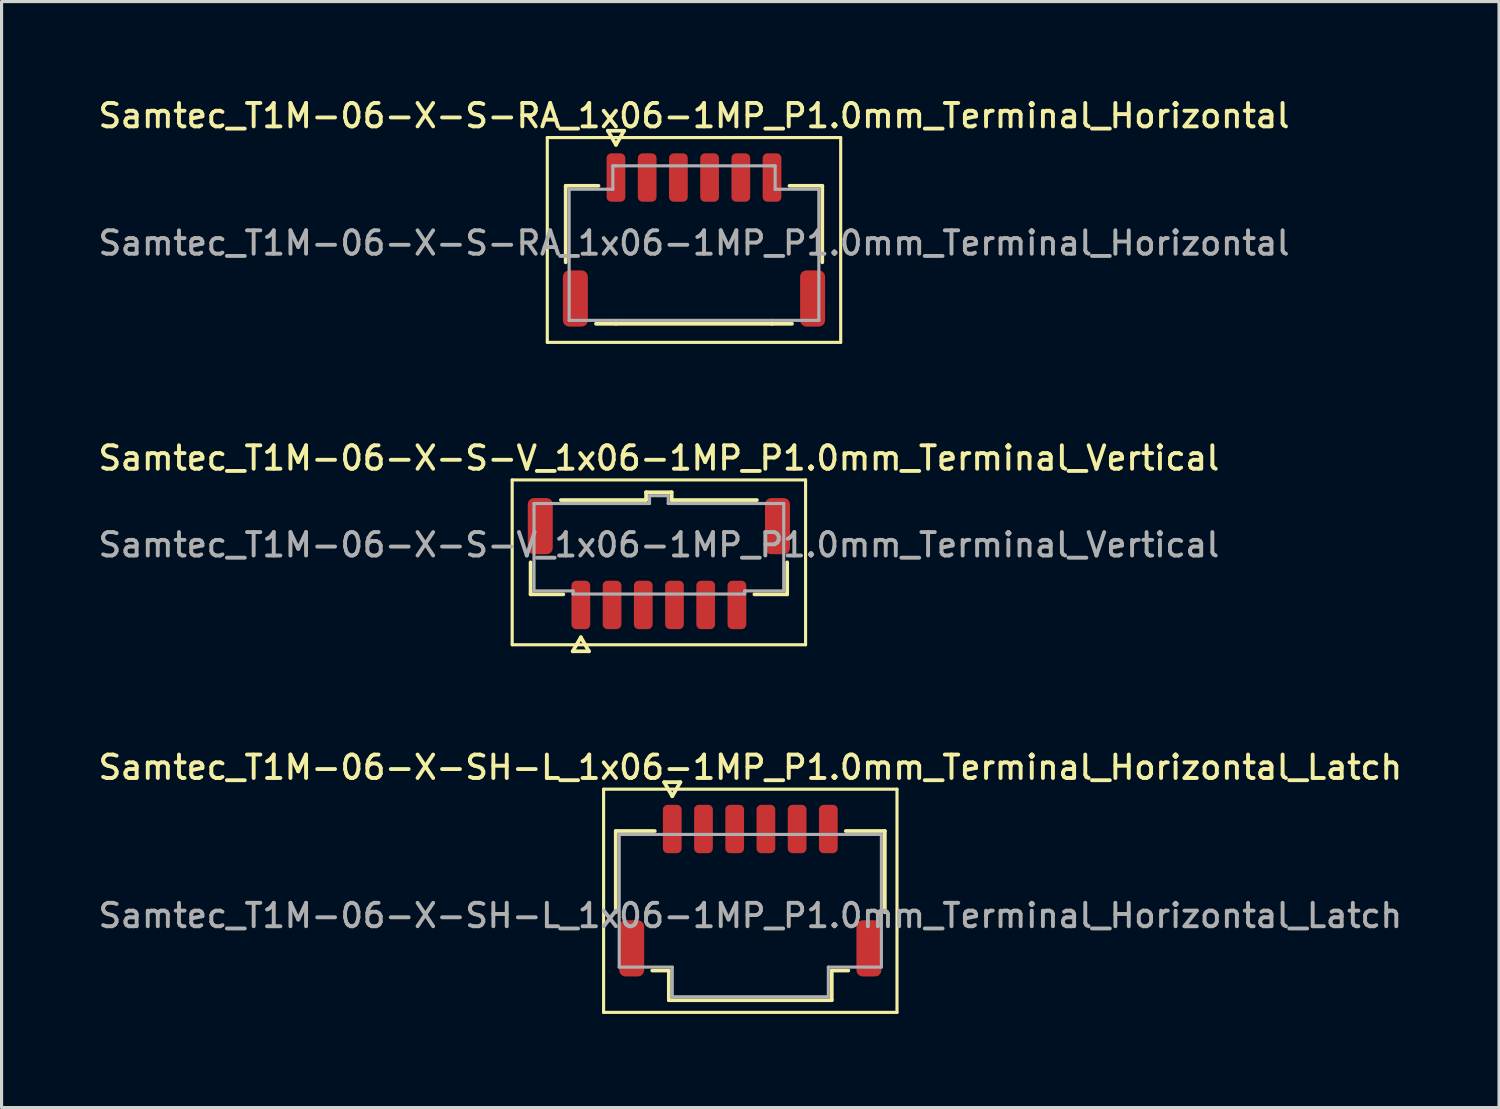
<source format=kicad_pcb>
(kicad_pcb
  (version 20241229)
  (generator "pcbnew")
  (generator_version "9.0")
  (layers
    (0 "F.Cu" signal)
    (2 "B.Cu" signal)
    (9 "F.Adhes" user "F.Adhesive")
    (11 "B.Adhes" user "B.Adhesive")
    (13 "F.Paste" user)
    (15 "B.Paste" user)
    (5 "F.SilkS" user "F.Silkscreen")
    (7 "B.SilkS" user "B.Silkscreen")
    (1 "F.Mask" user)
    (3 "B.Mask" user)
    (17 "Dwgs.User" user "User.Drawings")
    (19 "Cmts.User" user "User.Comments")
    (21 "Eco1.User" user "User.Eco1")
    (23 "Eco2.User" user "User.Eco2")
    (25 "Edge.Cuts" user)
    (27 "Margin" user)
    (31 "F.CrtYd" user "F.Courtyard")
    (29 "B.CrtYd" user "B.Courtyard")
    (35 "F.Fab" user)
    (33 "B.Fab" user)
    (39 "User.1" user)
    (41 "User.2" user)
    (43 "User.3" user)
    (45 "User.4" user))
  (footprint "Samtec_T1M-06-X-S-V_1x06-1MP_P1.0mm_Terminal_Vertical"
    (layer "F.Cu")
    (at 18.059 14.406)
    (property "Reference" "Samtec_T1M-06-X-S-V_1x06-1MP_P1.0mm_Terminal_Vertical" (at 0 -2.78 0) (layer "F.SilkS") (effects (font (size 0.75 0.75) (thickness 0.125))))
    (attr smd)
    (fp_line (start -4.7 -2.08) (end -4.7 3.2) (stroke (width 0.1) (type solid)) (layer "F.SilkS"))
    (fp_line (start -4.7 3.2) (end 4.7 3.2) (stroke (width 0.1) (type solid)) (layer "F.SilkS"))
    (fp_line (start -4.11 1.585) (end -4.11 0.56) (stroke (width 0.12) (type solid)) (layer "F.SilkS"))
    (fp_line (start -3.14 -1.435) (end -0.41 -1.435) (stroke (width 0.12) (type solid)) (layer "F.SilkS"))
    (fp_line (start -3.06 1.585) (end -4.11 1.585) (stroke (width 0.12) (type solid)) (layer "F.SilkS"))
    (fp_line (start -2.76 3.41) (end -2.5 2.96) (stroke (width 0.12) (type solid)) (layer "F.SilkS"))
    (fp_line (start -2.5 2.96) (end -2.24 3.41) (stroke (width 0.12) (type solid)) (layer "F.SilkS"))
    (fp_line (start -2.24 3.41) (end -2.76 3.41) (stroke (width 0.12) (type solid)) (layer "F.SilkS"))
    (fp_line (start -0.41 -1.685) (end 0.41 -1.685) (stroke (width 0.12) (type solid)) (layer "F.SilkS"))
    (fp_line (start -0.41 -1.435) (end -0.41 -1.685) (stroke (width 0.12) (type solid)) (layer "F.SilkS"))
    (fp_line (start 0.41 -1.685) (end 0.41 -1.435) (stroke (width 0.12) (type solid)) (layer "F.SilkS"))
    (fp_line (start 0.41 -1.435) (end 3.14 -1.435) (stroke (width 0.12) (type solid)) (layer "F.SilkS"))
    (fp_line (start 4.11 0.56) (end 4.11 1.585) (stroke (width 0.12) (type solid)) (layer "F.SilkS"))
    (fp_line (start 4.11 1.585) (end 3.06 1.585) (stroke (width 0.12) (type solid)) (layer "F.SilkS"))
    (fp_line (start 4.7 -2.08) (end -4.7 -2.08) (stroke (width 0.1) (type solid)) (layer "F.SilkS"))
    (fp_line (start 4.7 3.2) (end 4.7 -2.08) (stroke (width 0.1) (type solid)) (layer "F.SilkS"))
    (fp_line (start -4 -1.325) (end -0.3 -1.325) (stroke (width 0.1) (type solid)) (layer "F.Fab"))
    (fp_line (start -4 1.475) (end -4 -1.325) (stroke (width 0.1) (type solid)) (layer "F.Fab"))
    (fp_line (start -2.75 1.475) (end -4 1.475) (stroke (width 0.1) (type solid)) (layer "F.Fab"))
    (fp_line (start -2.75 1.575) (end -2.75 1.475) (stroke (width 0.1) (type solid)) (layer "F.Fab"))
    (fp_line (start -0.3 -1.575) (end 0.3 -1.575) (stroke (width 0.1) (type solid)) (layer "F.Fab"))
    (fp_line (start -0.3 -1.325) (end -0.3 -1.575) (stroke (width 0.1) (type solid)) (layer "F.Fab"))
    (fp_line (start 0.3 -1.575) (end 0.3 -1.325) (stroke (width 0.1) (type solid)) (layer "F.Fab"))
    (fp_line (start 0.3 -1.325) (end 4 -1.325) (stroke (width 0.1) (type solid)) (layer "F.Fab"))
    (fp_line (start 2.75 1.475) (end 2.75 1.575) (stroke (width 0.1) (type solid)) (layer "F.Fab"))
    (fp_line (start 2.75 1.575) (end -2.75 1.575) (stroke (width 0.1) (type solid)) (layer "F.Fab"))
    (fp_line (start 4 -1.325) (end 4 1.475) (stroke (width 0.1) (type solid)) (layer "F.Fab"))
    (fp_line (start 4 1.475) (end 2.75 1.475) (stroke (width 0.1) (type solid)) (layer "F.Fab"))
    (fp_text user "${REFERENCE}" (at 0 0 0) (layer "F.Fab") (effects (font (size 0.75 0.75) (thickness 0.125))))
    (pad "1" smd roundrect (at -2.5 1.925) (size 0.6 1.55) (layers "F.Cu" "F.Mask" "F.Paste") (roundrect_rratio 0.25))
    (pad "2" smd roundrect (at -1.5 1.925) (size 0.6 1.55) (layers "F.Cu" "F.Mask" "F.Paste") (roundrect_rratio 0.25))
    (pad "3" smd roundrect (at -0.5 1.925) (size 0.6 1.55) (layers "F.Cu" "F.Mask" "F.Paste") (roundrect_rratio 0.25))
    (pad "4" smd roundrect (at 0.5 1.925) (size 0.6 1.55) (layers "F.Cu" "F.Mask" "F.Paste") (roundrect_rratio 0.25))
    (pad "5" smd roundrect (at 1.5 1.925) (size 0.6 1.55) (layers "F.Cu" "F.Mask" "F.Paste") (roundrect_rratio 0.25))
    (pad "6" smd roundrect (at 2.5 1.925) (size 0.6 1.55) (layers "F.Cu" "F.Mask" "F.Paste") (roundrect_rratio 0.25))
    (pad "MP" smd roundrect (at -3.8 -0.6) (size 0.8 1.8) (layers "F.Cu" "F.Mask" "F.Paste") (roundrect_rratio 0.25))
    (pad "MP" smd roundrect (at 3.8 -0.6) (size 0.8 1.8) (layers "F.Cu" "F.Mask" "F.Paste") (roundrect_rratio 0.25)))
  (footprint "Samtec_T1M-06-X-SH-L_1x06-1MP_P1.0mm_Terminal_Horizontal_Latch"
    (layer "F.Cu")
    (at 20.988 26.284)
    (property "Reference" "Samtec_T1M-06-X-SH-L_1x06-1MP_P1.0mm_Terminal_Horizontal_Latch" (at 0 -4.75 0) (layer "F.SilkS") (effects (font (size 0.75 0.75) (thickness 0.125))))
    (attr smd)
    (fp_line (start -4.7 -4.05) (end -4.7 3.1) (stroke (width 0.1) (type solid)) (layer "F.SilkS"))
    (fp_line (start -4.7 3.1) (end 4.7 3.1) (stroke (width 0.1) (type solid)) (layer "F.SilkS"))
    (fp_line (start -4.31 -2.71) (end -3.06 -2.71) (stroke (width 0.12) (type solid)) (layer "F.SilkS"))
    (fp_line (start -4.31 -0.11) (end -4.31 -2.71) (stroke (width 0.12) (type solid)) (layer "F.SilkS"))
    (fp_line (start -2.76 -4.275) (end -2.5 -3.825) (stroke (width 0.12) (type solid)) (layer "F.SilkS"))
    (fp_line (start -2.61 1.76) (end -3.14 1.76) (stroke (width 0.12) (type solid)) (layer "F.SilkS"))
    (fp_line (start -2.61 2.71) (end -2.61 1.76) (stroke (width 0.12) (type solid)) (layer "F.SilkS"))
    (fp_line (start -2.5 -3.825) (end -2.24 -4.275) (stroke (width 0.12) (type solid)) (layer "F.SilkS"))
    (fp_line (start -2.24 -4.275) (end -2.76 -4.275) (stroke (width 0.12) (type solid)) (layer "F.SilkS"))
    (fp_line (start 2.61 1.76) (end 2.61 2.71) (stroke (width 0.12) (type solid)) (layer "F.SilkS"))
    (fp_line (start 2.61 2.71) (end -2.61 2.71) (stroke (width 0.12) (type solid)) (layer "F.SilkS"))
    (fp_line (start 3.06 -2.71) (end 4.31 -2.71) (stroke (width 0.12) (type solid)) (layer "F.SilkS"))
    (fp_line (start 3.14 1.76) (end 2.61 1.76) (stroke (width 0.12) (type solid)) (layer "F.SilkS"))
    (fp_line (start 4.31 -2.71) (end 4.31 -0.11) (stroke (width 0.12) (type solid)) (layer "F.SilkS"))
    (fp_line (start 4.7 -4.05) (end -4.7 -4.05) (stroke (width 0.1) (type solid)) (layer "F.SilkS"))
    (fp_line (start 4.7 3.1) (end 4.7 -4.05) (stroke (width 0.1) (type solid)) (layer "F.SilkS"))
    (fp_line (start -4.2 -2.6) (end 4.2 -2.6) (stroke (width 0.1) (type solid)) (layer "F.Fab"))
    (fp_line (start -4.2 1.65) (end -4.2 -2.6) (stroke (width 0.1) (type solid)) (layer "F.Fab"))
    (fp_line (start -2.5 1.65) (end -4.2 1.65) (stroke (width 0.1) (type solid)) (layer "F.Fab"))
    (fp_line (start -2.5 2.6) (end -2.5 1.65) (stroke (width 0.1) (type solid)) (layer "F.Fab"))
    (fp_line (start 2.5 1.65) (end 2.5 2.6) (stroke (width 0.1) (type solid)) (layer "F.Fab"))
    (fp_line (start 2.5 2.6) (end -2.5 2.6) (stroke (width 0.1) (type solid)) (layer "F.Fab"))
    (fp_line (start 4.2 -2.6) (end 4.2 1.65) (stroke (width 0.1) (type solid)) (layer "F.Fab"))
    (fp_line (start 4.2 1.65) (end 2.5 1.65) (stroke (width 0.1) (type solid)) (layer "F.Fab"))
    (fp_text user "${REFERENCE}" (at 0 0 0) (layer "F.Fab") (effects (font (size 0.75 0.75) (thickness 0.125))))
    (pad "1" smd roundrect (at -2.5 -2.775) (size 0.6 1.55) (layers "F.Cu" "F.Mask" "F.Paste") (roundrect_rratio 0.25))
    (pad "2" smd roundrect (at -1.5 -2.775) (size 0.6 1.55) (layers "F.Cu" "F.Mask" "F.Paste") (roundrect_rratio 0.25))
    (pad "3" smd roundrect (at -0.5 -2.775) (size 0.6 1.55) (layers "F.Cu" "F.Mask" "F.Paste") (roundrect_rratio 0.25))
    (pad "4" smd roundrect (at 0.5 -2.775) (size 0.6 1.55) (layers "F.Cu" "F.Mask" "F.Paste") (roundrect_rratio 0.25))
    (pad "5" smd roundrect (at 1.5 -2.775) (size 0.6 1.55) (layers "F.Cu" "F.Mask" "F.Paste") (roundrect_rratio 0.25))
    (pad "6" smd roundrect (at 2.5 -2.775) (size 0.6 1.55) (layers "F.Cu" "F.Mask" "F.Paste") (roundrect_rratio 0.25))
    (pad "MP" smd roundrect (at -3.8 1.05) (size 0.8 1.8) (layers "F.Cu" "F.Mask" "F.Paste") (roundrect_rratio 0.25))
    (pad "MP" smd roundrect (at 3.8 1.05) (size 0.8 1.8) (layers "F.Cu" "F.Mask" "F.Paste") (roundrect_rratio 0.25)))
  (footprint "Samtec_T1M-06-X-S-RA_1x06-1MP_P1.0mm_Terminal_Horizontal"
    (layer "F.Cu")
    (at 19.184 4.738)
    (property "Reference" "Samtec_T1M-06-X-S-RA_1x06-1MP_P1.0mm_Terminal_Horizontal" (at 0 -4.08 0) (layer "F.SilkS") (effects (font (size 0.75 0.75) (thickness 0.125))))
    (attr smd)
    (fp_line (start -4.7 -3.38) (end -4.7 3.18) (stroke (width 0.1) (type solid)) (layer "F.SilkS"))
    (fp_line (start -4.7 3.18) (end 4.7 3.18) (stroke (width 0.1) (type solid)) (layer "F.SilkS"))
    (fp_line (start -4.11 -1.835) (end -3.06 -1.835) (stroke (width 0.12) (type solid)) (layer "F.SilkS"))
    (fp_line (start -4.11 0.615) (end -4.11 -1.835) (stroke (width 0.12) (type solid)) (layer "F.SilkS"))
    (fp_line (start -2.76 -3.6) (end -2.5 -3.15) (stroke (width 0.12) (type solid)) (layer "F.SilkS"))
    (fp_line (start -2.5 -3.15) (end -2.24 -3.6) (stroke (width 0.12) (type solid)) (layer "F.SilkS"))
    (fp_line (start -2.5 2.585) (end -3.14 2.585) (stroke (width 0.12) (type solid)) (layer "F.SilkS"))
    (fp_line (start -2.24 -3.6) (end -2.76 -3.6) (stroke (width 0.12) (type solid)) (layer "F.SilkS"))
    (fp_line (start 2.5 2.585) (end -2.5 2.585) (stroke (width 0.12) (type solid)) (layer "F.SilkS"))
    (fp_line (start 3.06 -1.835) (end 4.11 -1.835) (stroke (width 0.12) (type solid)) (layer "F.SilkS"))
    (fp_line (start 3.14 2.585) (end 2.5 2.585) (stroke (width 0.12) (type solid)) (layer "F.SilkS"))
    (fp_line (start 4.11 -1.835) (end 4.11 0.615) (stroke (width 0.12) (type solid)) (layer "F.SilkS"))
    (fp_line (start 4.7 -3.38) (end -4.7 -3.38) (stroke (width 0.1) (type solid)) (layer "F.SilkS"))
    (fp_line (start 4.7 3.18) (end 4.7 -3.38) (stroke (width 0.1) (type solid)) (layer "F.SilkS"))
    (fp_line (start -4 -1.725) (end -2.6 -1.725) (stroke (width 0.1) (type solid)) (layer "F.Fab"))
    (fp_line (start -4 2.475) (end -4 -1.725) (stroke (width 0.1) (type solid)) (layer "F.Fab"))
    (fp_line (start -2.6 -2.475) (end -2.5 -2.475) (stroke (width 0.1) (type solid)) (layer "F.Fab"))
    (fp_line (start -2.6 -1.725) (end -2.6 -2.475) (stroke (width 0.1) (type solid)) (layer "F.Fab"))
    (fp_line (start -2.5 -2.475) (end 2.5 -2.475) (stroke (width 0.1) (type solid)) (layer "F.Fab"))
    (fp_line (start -2.5 2.475) (end -4 2.475) (stroke (width 0.1) (type solid)) (layer "F.Fab"))
    (fp_line (start 2.5 -2.475) (end 2.6 -2.475) (stroke (width 0.1) (type solid)) (layer "F.Fab"))
    (fp_line (start 2.5 2.475) (end -2.5 2.475) (stroke (width 0.1) (type solid)) (layer "F.Fab"))
    (fp_line (start 2.6 -2.475) (end 2.6 -1.725) (stroke (width 0.1) (type solid)) (layer "F.Fab"))
    (fp_line (start 2.6 -1.725) (end 4 -1.725) (stroke (width 0.1) (type solid)) (layer "F.Fab"))
    (fp_line (start 4 -1.725) (end 4 2.475) (stroke (width 0.1) (type solid)) (layer "F.Fab"))
    (fp_line (start 4 2.475) (end 2.5 2.475) (stroke (width 0.1) (type solid)) (layer "F.Fab"))
    (fp_text user "${REFERENCE}" (at 0 0 0) (layer "F.Fab") (effects (font (size 0.75 0.75) (thickness 0.125))))
    (pad "1" smd roundrect (at -2.5 -2.1) (size 0.6 1.55) (layers "F.Cu" "F.Mask" "F.Paste") (roundrect_rratio 0.25))
    (pad "2" smd roundrect (at -1.5 -2.1) (size 0.6 1.55) (layers "F.Cu" "F.Mask" "F.Paste") (roundrect_rratio 0.25))
    (pad "3" smd roundrect (at -0.5 -2.1) (size 0.6 1.55) (layers "F.Cu" "F.Mask" "F.Paste") (roundrect_rratio 0.25))
    (pad "4" smd roundrect (at 0.5 -2.1) (size 0.6 1.55) (layers "F.Cu" "F.Mask" "F.Paste") (roundrect_rratio 0.25))
    (pad "5" smd roundrect (at 1.5 -2.1) (size 0.6 1.55) (layers "F.Cu" "F.Mask" "F.Paste") (roundrect_rratio 0.25))
    (pad "6" smd roundrect (at 2.5 -2.1) (size 0.6 1.55) (layers "F.Cu" "F.Mask" "F.Paste") (roundrect_rratio 0.25))
    (pad "MP" smd roundrect (at -3.8 1.775) (size 0.8 1.8) (layers "F.Cu" "F.Mask" "F.Paste") (roundrect_rratio 0.25))
    (pad "MP" smd roundrect (at 3.8 1.775) (size 0.8 1.8) (layers "F.Cu" "F.Mask" "F.Paste") (roundrect_rratio 0.25)))
  (gr_rect
    (start -3 -3)
    (end 44.975 32.434)
    (stroke (width 0.1) (type default))
    (fill no)
    (layer "Edge.Cuts")))
</source>
